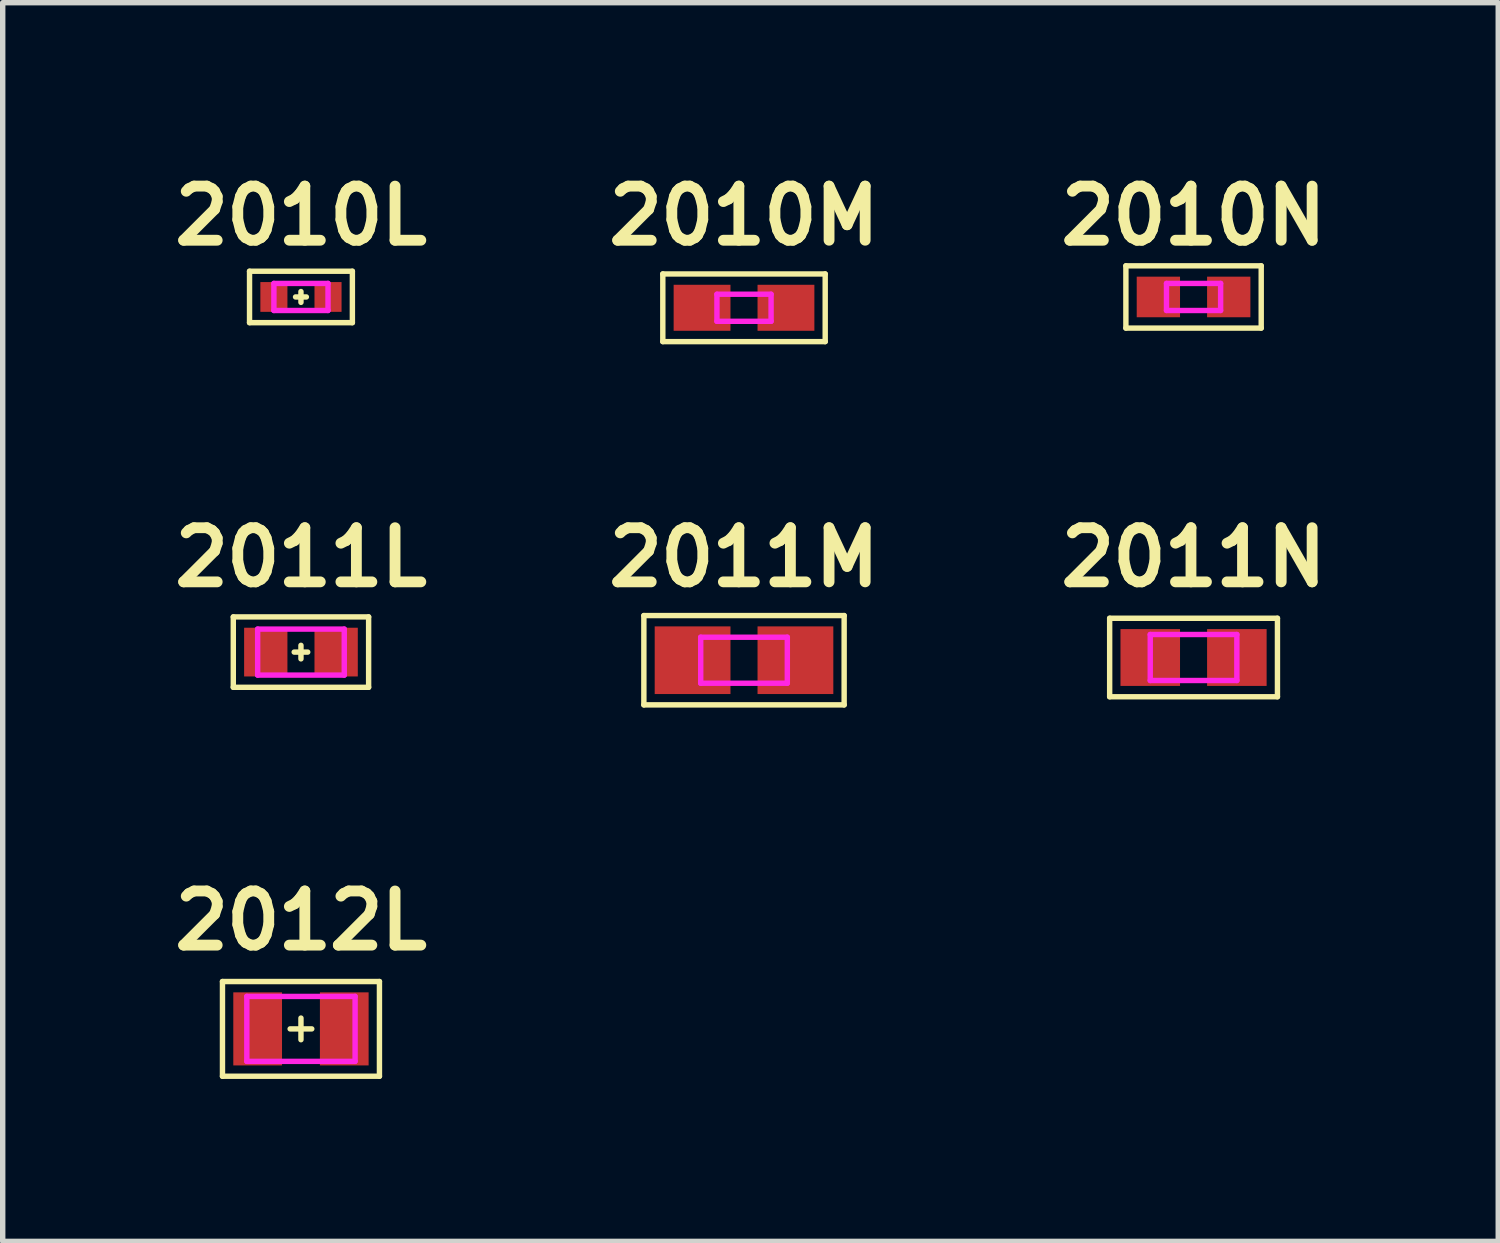
<source format=kicad_pcb>
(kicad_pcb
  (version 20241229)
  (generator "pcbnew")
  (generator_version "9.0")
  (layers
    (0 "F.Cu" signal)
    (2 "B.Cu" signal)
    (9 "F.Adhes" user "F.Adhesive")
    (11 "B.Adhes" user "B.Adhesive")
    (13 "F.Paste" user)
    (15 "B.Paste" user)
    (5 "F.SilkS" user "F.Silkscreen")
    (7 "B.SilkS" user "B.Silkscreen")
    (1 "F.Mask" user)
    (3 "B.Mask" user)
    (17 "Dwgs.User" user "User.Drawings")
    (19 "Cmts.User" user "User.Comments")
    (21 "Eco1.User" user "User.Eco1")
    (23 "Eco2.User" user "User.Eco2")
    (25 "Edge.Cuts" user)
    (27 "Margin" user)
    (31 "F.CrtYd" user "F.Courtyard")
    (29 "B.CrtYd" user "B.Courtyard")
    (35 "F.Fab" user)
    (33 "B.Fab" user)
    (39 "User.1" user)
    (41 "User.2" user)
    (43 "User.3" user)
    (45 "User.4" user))
  (footprint "2011M"
    (layer "F.Cu")
    (at 10.695 9.147)
    (property "Reference" "2011M" (at 0 -1.9 0) (layer "F.SilkS") (effects (font (size 1 1) (thickness 0.2))))
    (attr through_hole)
    (fp_line (start -1.85 -0.825) (end -1.85 0.825) (stroke (width 0.1) (type solid)) (layer "F.SilkS"))
    (fp_line (start -1.85 0.825) (end 1.85 0.825) (stroke (width 0.1) (type solid)) (layer "F.SilkS"))
    (fp_line (start 1.85 -0.825) (end -1.85 -0.825) (stroke (width 0.1) (type solid)) (layer "F.SilkS"))
    (fp_line (start 1.85 0.825) (end 1.85 -0.825) (stroke (width 0.1) (type solid)) (layer "F.SilkS"))
    (fp_line (start -0.8 -0.425) (end 0.8 -0.425) (stroke (width 0.1) (type solid)) (layer "F.CrtYd"))
    (fp_line (start -0.8 0.425) (end -0.8 -0.425) (stroke (width 0.1) (type solid)) (layer "F.CrtYd"))
    (fp_line (start 0.8 -0.425) (end 0.8 0.425) (stroke (width 0.1) (type solid)) (layer "F.CrtYd"))
    (fp_line (start 0.8 0.425) (end -0.8 0.425) (stroke (width 0.1) (type solid)) (layer "F.CrtYd"))
    (pad "1" smd rect (at -0.95 0) (size 1.4 1.25) (layers "F.Cu" "F.Mask"))
    (pad "2" smd rect (at 0.95 0) (size 1.4 1.25) (layers "F.Cu" "F.Mask")))
  (footprint "2010M"
    (layer "F.Cu")
    (at 10.695 2.636)
    (property "Reference" "2010M" (at 0 -1.7 0) (layer "F.SilkS") (effects (font (size 1 1) (thickness 0.2))))
    (attr through_hole)
    (fp_line (start -1.5 -0.625) (end -1.5 0.625) (stroke (width 0.1) (type solid)) (layer "F.SilkS"))
    (fp_line (start -1.5 -0.625) (end 1.5 -0.625) (stroke (width 0.1) (type solid)) (layer "F.SilkS"))
    (fp_line (start 1.5 -0.625) (end 1.5 0.625) (stroke (width 0.1) (type solid)) (layer "F.SilkS"))
    (fp_line (start 1.5 0.625) (end -1.5 0.625) (stroke (width 0.1) (type solid)) (layer "F.SilkS"))
    (fp_line (start -0.5 -0.25) (end 0.5 -0.25) (stroke (width 0.1) (type solid)) (layer "F.CrtYd"))
    (fp_line (start -0.5 0.25) (end -0.5 -0.25) (stroke (width 0.1) (type solid)) (layer "F.CrtYd"))
    (fp_line (start 0.5 -0.25) (end 0.5 0.25) (stroke (width 0.1) (type solid)) (layer "F.CrtYd"))
    (fp_line (start 0.5 0.25) (end -0.5 0.25) (stroke (width 0.1) (type solid)) (layer "F.CrtYd"))
    (pad "1" smd rect (at -0.775 0) (size 1.05 0.85) (layers "F.Cu" "F.Mask"))
    (pad "2" smd rect (at 0.775 0) (size 1.05 0.85) (layers "F.Cu" "F.Mask")))
  (footprint "2011N"
    (layer "F.Cu")
    (at 19 9.097)
    (property "Reference" "2011N" (at 0 -1.85 0) (layer "F.SilkS") (effects (font (size 1 1) (thickness 0.2))))
    (attr through_hole)
    (fp_line (start -1.55 -0.725) (end -1.55 0.725) (stroke (width 0.1) (type solid)) (layer "F.SilkS"))
    (fp_line (start -1.55 0.725) (end 1.55 0.725) (stroke (width 0.1) (type solid)) (layer "F.SilkS"))
    (fp_line (start 1.55 -0.725) (end -1.55 -0.725) (stroke (width 0.1) (type solid)) (layer "F.SilkS"))
    (fp_line (start 1.55 0.725) (end 1.55 -0.725) (stroke (width 0.1) (type solid)) (layer "F.SilkS"))
    (fp_line (start -1.15 -0.4) (end -0.5 -0.4) (stroke (width 0.1) (type solid)) (layer "F.Paste"))
    (fp_line (start -1.15 0.4) (end -1.15 -0.4) (stroke (width 0.1) (type solid)) (layer "F.Paste"))
    (fp_line (start -1.05 -0.4) (end -1.05 0.4) (stroke (width 0.1) (type solid)) (layer "F.Paste"))
    (fp_line (start -0.95 0.4) (end -0.95 -0.4) (stroke (width 0.1) (type solid)) (layer "F.Paste"))
    (fp_line (start -0.85 -0.4) (end -0.85 0.4) (stroke (width 0.1) (type solid)) (layer "F.Paste"))
    (fp_line (start -0.75 -0.4) (end -0.75 0.4) (stroke (width 0.1) (type solid)) (layer "F.Paste"))
    (fp_line (start -0.75 0) (end -0.5 0.4) (stroke (width 0.1) (type solid)) (layer "F.Paste"))
    (fp_line (start -0.7 -0.2) (end -0.7 -0.4) (stroke (width 0.1) (type solid)) (layer "F.Paste"))
    (fp_line (start -0.7 0.2) (end -0.7 0.4) (stroke (width 0.1) (type solid)) (layer "F.Paste"))
    (fp_line (start -0.6 -0.4) (end -0.7 -0.2) (stroke (width 0.1) (type solid)) (layer "F.Paste"))
    (fp_line (start -0.6 0.4) (end -0.7 0.2) (stroke (width 0.1) (type solid)) (layer "F.Paste"))
    (fp_line (start -0.5 -0.4) (end -0.75 0) (stroke (width 0.1) (type solid)) (layer "F.Paste"))
    (fp_line (start -0.5 0.4) (end -1.15 0.4) (stroke (width 0.1) (type solid)) (layer "F.Paste"))
    (fp_line (start 0.5 -0.4) (end 0.75 0) (stroke (width 0.1) (type solid)) (layer "F.Paste"))
    (fp_line (start 0.5 0.4) (end 1.15 0.4) (stroke (width 0.1) (type solid)) (layer "F.Paste"))
    (fp_line (start 0.6 -0.4) (end 0.7 -0.2) (stroke (width 0.1) (type solid)) (layer "F.Paste"))
    (fp_line (start 0.6 0.4) (end 0.7 0.2) (stroke (width 0.1) (type solid)) (layer "F.Paste"))
    (fp_line (start 0.7 -0.2) (end 0.7 -0.4) (stroke (width 0.1) (type solid)) (layer "F.Paste"))
    (fp_line (start 0.7 0.2) (end 0.7 0.4) (stroke (width 0.1) (type solid)) (layer "F.Paste"))
    (fp_line (start 0.75 -0.4) (end 0.75 0.4) (stroke (width 0.1) (type solid)) (layer "F.Paste"))
    (fp_line (start 0.75 0) (end 0.5 0.4) (stroke (width 0.1) (type solid)) (layer "F.Paste"))
    (fp_line (start 0.85 -0.4) (end 0.85 0.4) (stroke (width 0.1) (type solid)) (layer "F.Paste"))
    (fp_line (start 0.95 0.4) (end 0.95 -0.4) (stroke (width 0.1) (type solid)) (layer "F.Paste"))
    (fp_line (start 1.05 -0.4) (end 1.05 0.4) (stroke (width 0.1) (type solid)) (layer "F.Paste"))
    (fp_line (start 1.15 -0.4) (end 0.5 -0.4) (stroke (width 0.1) (type solid)) (layer "F.Paste"))
    (fp_line (start 1.15 0.4) (end 1.15 -0.4) (stroke (width 0.1) (type solid)) (layer "F.Paste"))
    (fp_line (start -0.8 -0.425) (end 0.8 -0.425) (stroke (width 0.1) (type solid)) (layer "F.CrtYd"))
    (fp_line (start -0.8 0.425) (end -0.8 -0.425) (stroke (width 0.1) (type solid)) (layer "F.CrtYd"))
    (fp_line (start 0.8 -0.425) (end 0.8 0.425) (stroke (width 0.1) (type solid)) (layer "F.CrtYd"))
    (fp_line (start 0.8 0.425) (end -0.8 0.425) (stroke (width 0.1) (type solid)) (layer "F.CrtYd"))
    (pad "1" smd rect (at -0.8 0) (size 1.1 1.05) (layers "F.Cu" "F.Mask"))
    (pad "2" smd rect (at 0.8 0) (size 1.1 1.05) (layers "F.Cu" "F.Mask")))
  (footprint "2010L"
    (layer "F.Cu")
    (at 2.51 2.436)
    (property "Reference" "2010L" (at 0 -1.5 0) (layer "F.SilkS") (effects (font (size 1 1) (thickness 0.2))))
    (attr through_hole)
    (fp_line (start -0.95 -0.475) (end -0.95 0.475) (stroke (width 0.1) (type solid)) (layer "F.SilkS"))
    (fp_line (start -0.95 -0.475) (end 0.95 -0.475) (stroke (width 0.1) (type solid)) (layer "F.SilkS"))
    (fp_line (start -0.1 0) (end 0.1 0) (stroke (width 0.1) (type solid)) (layer "F.SilkS"))
    (fp_line (start 0 -0.1) (end 0 0.1) (stroke (width 0.1) (type solid)) (layer "F.SilkS"))
    (fp_line (start 0.95 -0.475) (end 0.95 0.475) (stroke (width 0.1) (type solid)) (layer "F.SilkS"))
    (fp_line (start 0.95 0.475) (end -0.95 0.475) (stroke (width 0.1) (type solid)) (layer "F.SilkS"))
    (fp_line (start -0.7 -0.2) (end -0.7 0.2) (stroke (width 0.1) (type solid)) (layer "F.Paste"))
    (fp_line (start -0.7 -0.2) (end -0.3 -0.2) (stroke (width 0.1) (type solid)) (layer "F.Paste"))
    (fp_line (start -0.7 0.2) (end -0.3 0.2) (stroke (width 0.1) (type solid)) (layer "F.Paste"))
    (fp_line (start -0.6 -0.11) (end -0.46 -0.15) (stroke (width 0.1) (type solid)) (layer "F.Paste"))
    (fp_line (start -0.6 0) (end -0.3 -0.2) (stroke (width 0.1) (type solid)) (layer "F.Paste"))
    (fp_line (start -0.6 0.11) (end -0.46 0.15) (stroke (width 0.1) (type solid)) (layer "F.Paste"))
    (fp_line (start -0.6 0.2) (end -0.6 -0.2) (stroke (width 0.1) (type solid)) (layer "F.Paste"))
    (fp_line (start -0.3 0.2) (end -0.6 0) (stroke (width 0.1) (type solid)) (layer "F.Paste"))
    (fp_line (start 0.3 0.2) (end 0.6 0) (stroke (width 0.1) (type solid)) (layer "F.Paste"))
    (fp_line (start 0.3 0.2) (end 0.7 0.2) (stroke (width 0.1) (type solid)) (layer "F.Paste"))
    (fp_line (start 0.46 -0.15) (end 0.6 -0.11) (stroke (width 0.1) (type solid)) (layer "F.Paste"))
    (fp_line (start 0.46 0.14) (end 0.6 0.1) (stroke (width 0.1) (type solid)) (layer "F.Paste"))
    (fp_line (start 0.6 -0.2) (end 0.6 0.2) (stroke (width 0.1) (type solid)) (layer "F.Paste"))
    (fp_line (start 0.6 0) (end 0.3 -0.2) (stroke (width 0.1) (type solid)) (layer "F.Paste"))
    (fp_line (start 0.7 -0.2) (end 0.3 -0.2) (stroke (width 0.1) (type solid)) (layer "F.Paste"))
    (fp_line (start 0.7 0.2) (end 0.7 -0.2) (stroke (width 0.1) (type solid)) (layer "F.Paste"))
    (fp_line (start -0.5 -0.25) (end 0.5 -0.25) (stroke (width 0.1) (type solid)) (layer "F.CrtYd"))
    (fp_line (start -0.5 0.25) (end -0.5 -0.25) (stroke (width 0.1) (type solid)) (layer "F.CrtYd"))
    (fp_line (start 0.5 -0.25) (end 0.5 0.25) (stroke (width 0.1) (type solid)) (layer "F.CrtYd"))
    (fp_line (start 0.5 0.25) (end -0.5 0.25) (stroke (width 0.1) (type solid)) (layer "F.CrtYd"))
    (pad "1" smd rect (at -0.5 0) (size 0.5 0.55) (layers "F.Cu" "F.Mask"))
    (pad "2" smd rect (at 0.5 0) (size 0.5 0.55) (layers "F.Cu" "F.Mask")))
  (footprint "2010N"
    (layer "F.Cu")
    (at 19 2.436)
    (property "Reference" "2010N" (at 0 -1.5 0) (layer "F.SilkS") (effects (font (size 1 1) (thickness 0.2))))
    (attr through_hole)
    (fp_line (start -1.25 -0.575) (end -1.25 0.575) (stroke (width 0.1) (type solid)) (layer "F.SilkS"))
    (fp_line (start -1.25 -0.575) (end 1.25 -0.575) (stroke (width 0.1) (type solid)) (layer "F.SilkS"))
    (fp_line (start 1.25 -0.575) (end 1.25 0.575) (stroke (width 0.1) (type solid)) (layer "F.SilkS"))
    (fp_line (start 1.25 0.575) (end -1.25 0.575) (stroke (width 0.1) (type solid)) (layer "F.SilkS"))
    (fp_line (start -0.75 -0.3) (end -0.3 -0.3) (stroke (width 0.1) (type solid)) (layer "F.Paste"))
    (fp_line (start -0.75 0.3) (end -0.75 -0.3) (stroke (width 0.1) (type solid)) (layer "F.Paste"))
    (fp_line (start -0.65 -0.3) (end -0.65 0.3) (stroke (width 0.1) (type solid)) (layer "F.Paste"))
    (fp_line (start -0.55 -0.2) (end -0.4 -0.2) (stroke (width 0.1) (type solid)) (layer "F.Paste"))
    (fp_line (start -0.55 0) (end -0.3 0.3) (stroke (width 0.1) (type solid)) (layer "F.Paste"))
    (fp_line (start -0.55 0.2) (end -0.4 0.2) (stroke (width 0.1) (type solid)) (layer "F.Paste"))
    (fp_line (start -0.55 0.3) (end -0.55 -0.3) (stroke (width 0.1) (type solid)) (layer "F.Paste"))
    (fp_line (start -0.4 -0.2) (end -0.55 -0.1) (stroke (width 0.1) (type solid)) (layer "F.Paste"))
    (fp_line (start -0.4 0.2) (end -0.55 0.1) (stroke (width 0.1) (type solid)) (layer "F.Paste"))
    (fp_line (start -0.3 -0.3) (end -0.55 0) (stroke (width 0.1) (type solid)) (layer "F.Paste"))
    (fp_line (start -0.3 0.3) (end -0.75 0.3) (stroke (width 0.1) (type solid)) (layer "F.Paste"))
    (fp_line (start 0.3 -0.3) (end 0.55 0) (stroke (width 0.1) (type solid)) (layer "F.Paste"))
    (fp_line (start 0.3 -0.3) (end 0.75 -0.3) (stroke (width 0.1) (type solid)) (layer "F.Paste"))
    (fp_line (start 0.4 -0.2) (end 0.55 -0.2) (stroke (width 0.1) (type solid)) (layer "F.Paste"))
    (fp_line (start 0.4 0.2) (end 0.55 0.2) (stroke (width 0.1) (type solid)) (layer "F.Paste"))
    (fp_line (start 0.55 -0.3) (end 0.55 0.3) (stroke (width 0.1) (type solid)) (layer "F.Paste"))
    (fp_line (start 0.55 0) (end 0.3 0.3) (stroke (width 0.1) (type solid)) (layer "F.Paste"))
    (fp_line (start 0.65 -0.3) (end 0.65 0.3) (stroke (width 0.1) (type solid)) (layer "F.Paste"))
    (fp_line (start 0.65 -0.2) (end 0.5 -0.1) (stroke (width 0.1) (type solid)) (layer "F.Paste"))
    (fp_line (start 0.65 0.2) (end 0.5 0.1) (stroke (width 0.1) (type solid)) (layer "F.Paste"))
    (fp_line (start 0.75 -0.3) (end 0.75 0.3) (stroke (width 0.1) (type solid)) (layer "F.Paste"))
    (fp_line (start 0.75 0.3) (end 0.3 0.3) (stroke (width 0.1) (type solid)) (layer "F.Paste"))
    (fp_line (start -0.5 -0.25) (end 0.5 -0.25) (stroke (width 0.1) (type solid)) (layer "F.CrtYd"))
    (fp_line (start -0.5 0.25) (end -0.5 -0.25) (stroke (width 0.1) (type solid)) (layer "F.CrtYd"))
    (fp_line (start 0.5 -0.25) (end 0.5 0.25) (stroke (width 0.1) (type solid)) (layer "F.CrtYd"))
    (fp_line (start 0.5 0.25) (end -0.5 0.25) (stroke (width 0.1) (type solid)) (layer "F.CrtYd"))
    (pad "1" smd rect (at -0.65 0) (size 0.8 0.75) (layers "F.Cu" "F.Mask"))
    (pad "2" smd rect (at 0.65 0) (size 0.8 0.75) (layers "F.Cu" "F.Mask")))
  (footprint "2011L"
    (layer "F.Cu")
    (at 2.51 8.997)
    (property "Reference" "2011L" (at 0 -1.75 0) (layer "F.SilkS") (effects (font (size 1 1) (thickness 0.2))))
    (attr through_hole)
    (fp_line (start -1.25 -0.65) (end -1.25 0.65) (stroke (width 0.1) (type solid)) (layer "F.SilkS"))
    (fp_line (start -1.25 0.65) (end 1.25 0.65) (stroke (width 0.1) (type solid)) (layer "F.SilkS"))
    (fp_line (start -0.125 0) (end 0.125 0) (stroke (width 0.1) (type solid)) (layer "F.SilkS"))
    (fp_line (start 0 -0.125) (end 0 0.125) (stroke (width 0.1) (type solid)) (layer "F.SilkS"))
    (fp_line (start 1.25 -0.65) (end -1.25 -0.65) (stroke (width 0.1) (type solid)) (layer "F.SilkS"))
    (fp_line (start 1.25 0.65) (end 1.25 -0.65) (stroke (width 0.1) (type solid)) (layer "F.SilkS"))
    (fp_line (start -0.95 -0.35) (end -0.95 0.35) (stroke (width 0.1) (type solid)) (layer "F.Paste"))
    (fp_line (start -0.95 0.35) (end -0.5 0.35) (stroke (width 0.1) (type solid)) (layer "F.Paste"))
    (fp_line (start -0.85 -0.35) (end -0.85 0.35) (stroke (width 0.1) (type solid)) (layer "F.Paste"))
    (fp_line (start -0.75 -0.35) (end -0.75 0.35) (stroke (width 0.1) (type solid)) (layer "F.Paste"))
    (fp_line (start -0.75 0) (end -0.5 -0.35) (stroke (width 0.1) (type solid)) (layer "F.Paste"))
    (fp_line (start -0.65 -0.35) (end -0.65 -0.15) (stroke (width 0.1) (type solid)) (layer "F.Paste"))
    (fp_line (start -0.65 0.35) (end -0.65 0.15) (stroke (width 0.1) (type solid)) (layer "F.Paste"))
    (fp_line (start -0.5 -0.35) (end -0.95 -0.35) (stroke (width 0.1) (type solid)) (layer "F.Paste"))
    (fp_line (start -0.5 0.35) (end -0.75 0) (stroke (width 0.1) (type solid)) (layer "F.Paste"))
    (fp_line (start 0.5 0.35) (end 0.75 0) (stroke (width 0.1) (type solid)) (layer "F.Paste"))
    (fp_line (start 0.65 -0.35) (end 0.65 -0.15) (stroke (width 0.1) (type solid)) (layer "F.Paste"))
    (fp_line (start 0.65 0.15) (end 0.65 0.35) (stroke (width 0.1) (type solid)) (layer "F.Paste"))
    (fp_line (start 0.75 -0.35) (end 0.75 0.35) (stroke (width 0.1) (type solid)) (layer "F.Paste"))
    (fp_line (start 0.75 0) (end 0.5 -0.35) (stroke (width 0.1) (type solid)) (layer "F.Paste"))
    (fp_line (start 0.85 -0.35) (end 0.85 0.35) (stroke (width 0.1) (type solid)) (layer "F.Paste"))
    (fp_line (start 0.95 -0.35) (end 0.5 -0.35) (stroke (width 0.1) (type solid)) (layer "F.Paste"))
    (fp_line (start 0.95 -0.35) (end 0.95 0.35) (stroke (width 0.1) (type solid)) (layer "F.Paste"))
    (fp_line (start 0.95 0.35) (end 0.5 0.35) (stroke (width 0.1) (type solid)) (layer "F.Paste"))
    (fp_line (start -0.8 -0.425) (end 0.8 -0.425) (stroke (width 0.1) (type solid)) (layer "F.CrtYd"))
    (fp_line (start -0.8 0.425) (end -0.8 -0.425) (stroke (width 0.1) (type solid)) (layer "F.CrtYd"))
    (fp_line (start 0.8 -0.425) (end 0.8 0.425) (stroke (width 0.1) (type solid)) (layer "F.CrtYd"))
    (fp_line (start 0.8 0.425) (end -0.8 0.425) (stroke (width 0.1) (type solid)) (layer "F.CrtYd"))
    (pad "1" smd rect (at -0.65 0) (size 0.8 0.9) (layers "F.Cu" "F.Mask"))
    (pad "2" smd rect (at 0.65 0) (size 0.8 0.9) (layers "F.Cu" "F.Mask")))
  (footprint "2012L"
    (layer "F.Cu")
    (at 2.51 15.958)
    (property "Reference" "2012L" (at 0 -2 0) (layer "F.SilkS") (effects (font (size 1 1) (thickness 0.2))))
    (attr smd)
    (fp_line (start -1.45 -0.875) (end 1.45 -0.875) (stroke (width 0.1) (type solid)) (layer "F.SilkS"))
    (fp_line (start -1.45 0.875) (end -1.45 -0.875) (stroke (width 0.1) (type solid)) (layer "F.SilkS"))
    (fp_line (start -0.2 0) (end 0.2 0) (stroke (width 0.1) (type solid)) (layer "F.SilkS"))
    (fp_line (start 0 -0.2) (end 0 0.2) (stroke (width 0.1) (type solid)) (layer "F.SilkS"))
    (fp_line (start 1.45 -0.875) (end 1.45 0.875) (stroke (width 0.1) (type solid)) (layer "F.SilkS"))
    (fp_line (start 1.45 0.875) (end -1.45 0.875) (stroke (width 0.1) (type solid)) (layer "F.SilkS"))
    (fp_line (start -1.19 -0.62) (end -0.59 -0.62) (stroke (width 0.1) (type solid)) (layer "F.Paste"))
    (fp_line (start -1.19 0.62) (end -1.19 -0.62) (stroke (width 0.1) (type solid)) (layer "F.Paste"))
    (fp_line (start -1.09 0.62) (end -1.09 -0.62) (stroke (width 0.1) (type solid)) (layer "F.Paste"))
    (fp_line (start -0.99 -0.62) (end -0.99 0.62) (stroke (width 0.1) (type solid)) (layer "F.Paste"))
    (fp_line (start -0.99 0) (end -0.59 0.62) (stroke (width 0.1) (type solid)) (layer "F.Paste"))
    (fp_line (start -0.89 -0.17) (end -0.89 -0.62) (stroke (width 0.1) (type solid)) (layer "F.Paste"))
    (fp_line (start -0.89 0.62) (end -0.89 0.17) (stroke (width 0.1) (type solid)) (layer "F.Paste"))
    (fp_line (start -0.79 -0.62) (end -0.79 -0.32) (stroke (width 0.1) (type solid)) (layer "F.Paste"))
    (fp_line (start -0.79 0.32) (end -0.79 0.62) (stroke (width 0.1) (type solid)) (layer "F.Paste"))
    (fp_line (start -0.69 -0.48) (end -0.69 -0.62) (stroke (width 0.1) (type solid)) (layer "F.Paste"))
    (fp_line (start -0.69 0.62) (end -0.69 0.48) (stroke (width 0.1) (type solid)) (layer "F.Paste"))
    (fp_line (start -0.59 -0.62) (end -0.99 0) (stroke (width 0.1) (type solid)) (layer "F.Paste"))
    (fp_line (start -0.59 0.62) (end -1.19 0.62) (stroke (width 0.1) (type solid)) (layer "F.Paste"))
    (fp_line (start 0.59 -0.62) (end 0.99 0) (stroke (width 0.1) (type solid)) (layer "F.Paste"))
    (fp_line (start 0.69 -0.48) (end 0.69 -0.62) (stroke (width 0.1) (type solid)) (layer "F.Paste"))
    (fp_line (start 0.69 0.62) (end 0.69 0.48) (stroke (width 0.1) (type solid)) (layer "F.Paste"))
    (fp_line (start 0.79 -0.62) (end 0.79 -0.32) (stroke (width 0.1) (type solid)) (layer "F.Paste"))
    (fp_line (start 0.79 0.32) (end 0.79 0.62) (stroke (width 0.1) (type solid)) (layer "F.Paste"))
    (fp_line (start 0.89 -0.17) (end 0.89 -0.62) (stroke (width 0.1) (type solid)) (layer "F.Paste"))
    (fp_line (start 0.89 0.62) (end 0.89 0.17) (stroke (width 0.1) (type solid)) (layer "F.Paste"))
    (fp_line (start 0.99 0) (end 0.59 0.62) (stroke (width 0.1) (type solid)) (layer "F.Paste"))
    (fp_line (start 0.99 0.62) (end 0.99 -0.62) (stroke (width 0.1) (type solid)) (layer "F.Paste"))
    (fp_line (start 1.09 0.62) (end 1.09 -0.62) (stroke (width 0.1) (type solid)) (layer "F.Paste"))
    (fp_line (start 1.19 -0.62) (end 0.59 -0.62) (stroke (width 0.1) (type solid)) (layer "F.Paste"))
    (fp_line (start 1.19 0.62) (end 0.59 0.62) (stroke (width 0.1) (type solid)) (layer "F.Paste"))
    (fp_line (start 1.19 0.62) (end 1.19 -0.62) (stroke (width 0.1) (type solid)) (layer "F.Paste"))
    (fp_line (start -1 -0.6) (end 1 -0.6) (stroke (width 0.1) (type solid)) (layer "F.CrtYd"))
    (fp_line (start -1 0.6) (end -1 -0.6) (stroke (width 0.1) (type solid)) (layer "F.CrtYd"))
    (fp_line (start 1 -0.6) (end 1 0.6) (stroke (width 0.1) (type solid)) (layer "F.CrtYd"))
    (fp_line (start 1 0.6) (end -1 0.6) (stroke (width 0.1) (type solid)) (layer "F.CrtYd"))
    (pad "1" smd rect (at -0.8 0) (size 0.9 1.35) (layers "F.Cu" "F.Mask"))
    (pad "2" smd rect (at 0.8 0) (size 0.9 1.35) (layers "F.Cu" "F.Mask")))
  (gr_rect
    (start -3 -3)
    (end 24.629 19.883)
    (stroke (width 0.1) (type default))
    (fill no)
    (layer "Edge.Cuts")))
</source>
